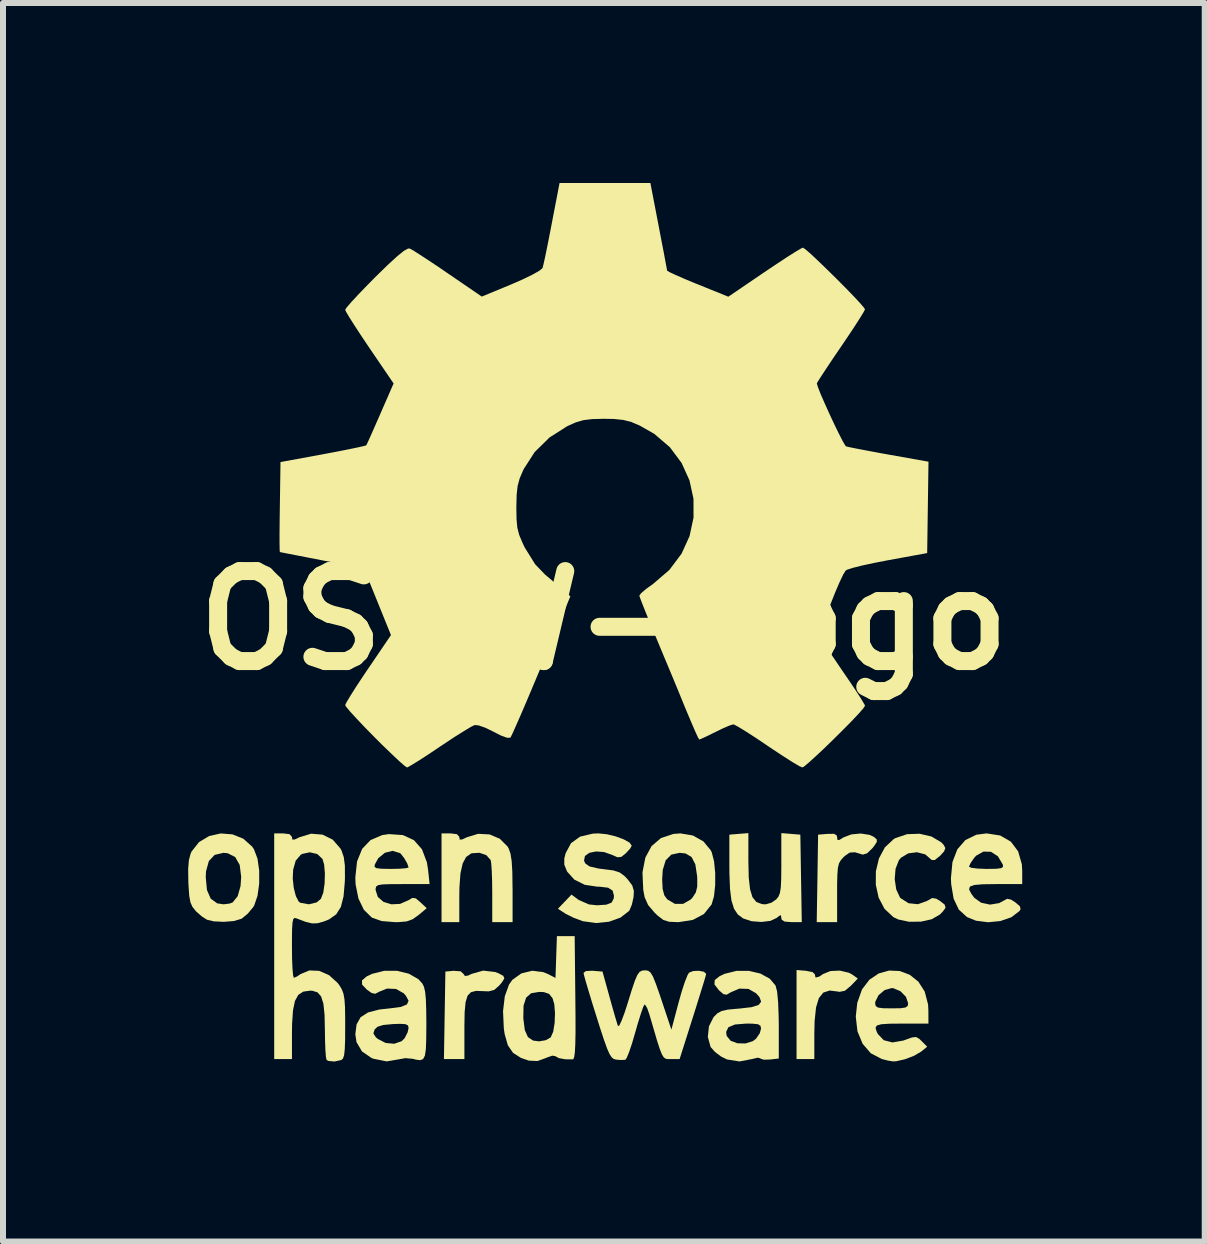
<source format=kicad_pcb>
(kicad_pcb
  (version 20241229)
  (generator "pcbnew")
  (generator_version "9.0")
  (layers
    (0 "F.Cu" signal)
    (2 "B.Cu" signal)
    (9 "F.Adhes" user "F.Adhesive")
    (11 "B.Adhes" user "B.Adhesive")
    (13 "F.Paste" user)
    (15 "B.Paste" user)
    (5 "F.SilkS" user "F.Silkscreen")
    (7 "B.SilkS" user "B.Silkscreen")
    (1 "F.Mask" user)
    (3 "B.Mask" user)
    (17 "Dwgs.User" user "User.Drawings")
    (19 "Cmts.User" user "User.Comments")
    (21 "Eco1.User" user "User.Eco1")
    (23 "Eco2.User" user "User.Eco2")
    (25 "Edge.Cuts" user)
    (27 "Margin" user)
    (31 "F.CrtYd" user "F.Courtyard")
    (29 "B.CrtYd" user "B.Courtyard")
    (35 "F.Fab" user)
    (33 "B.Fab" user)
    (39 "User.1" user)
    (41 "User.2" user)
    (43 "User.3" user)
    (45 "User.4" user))
  (footprint "OSHW-Logo"
    (layer "F.Cu")
    (at 7.014 7.29)
    (property "Reference" "OSHW-Logo" (at 0 0 0) (layer "F.SilkS") (effects (font (size 1.5 1.5) (thickness 0.3))))
    (attr board_only exclude_from_pos_files exclude_from_bom)
    (fp_poly (pts (xy 3.37 5.84) (xy 3.48 5.862) (xy 3.519 5.901) (xy 3.518 5.906) (xy 3.529 5.953) (xy 3.592 5.936) (xy 3.653 5.894) (xy 3.777 5.844) (xy 3.934 5.837) (xy 4.083 5.872) (xy 4.136 5.9) (xy 4.233 5.969) (xy 4.117 6.09) (xy 4.017 6.173) (xy 3.927 6.191) (xy 3.902 6.186) (xy 3.763 6.169) (xy 3.658 6.203) (xy 3.584 6.295) (xy 3.537 6.45) (xy 3.513 6.677) (xy 3.508 6.895) (xy 3.508 7.311) (xy 3.36 7.311) (xy 3.212 7.311) (xy 3.212 6.569) (xy 3.212 5.827)) (stroke (width 0) (type solid)) (fill yes) (layer "F.SilkS"))
    (fp_poly (pts (xy -1.812 5.86) (xy -1.756 5.881) (xy -1.676 5.924) (xy -1.658 5.967) (xy -1.7 6.035) (xy -1.746 6.088) (xy -1.827 6.159) (xy -1.92 6.183) (xy -2.012 6.179) (xy -2.131 6.175) (xy -2.215 6.197) (xy -2.271 6.255) (xy -2.304 6.362) (xy -2.32 6.529) (xy -2.324 6.767) (xy -2.324 6.807) (xy -2.324 7.311) (xy -2.495 7.311) (xy -2.665 7.311) (xy -2.653 6.582) (xy -2.641 5.853) (xy -2.504 5.84) (xy -2.386 5.849) (xy -2.342 5.889) (xy -2.315 5.927) (xy -2.261 5.919) (xy -2.205 5.892) (xy -2.012 5.837)) (stroke (width 0) (type solid)) (fill yes) (layer "F.SilkS"))
    (fp_poly (pts (xy 4.431 3.575) (xy 4.501 3.608) (xy 4.548 3.65) (xy 4.55 3.692) (xy 4.503 3.763) (xy 4.477 3.796) (xy 4.388 3.882) (xy 4.316 3.904) (xy 4.311 3.902) (xy 4.183 3.864) (xy 4.097 3.87) (xy 4.018 3.925) (xy 3.996 3.945) (xy 3.95 3.996) (xy 3.919 4.05) (xy 3.901 4.124) (xy 3.892 4.237) (xy 3.888 4.406) (xy 3.888 4.541) (xy 3.888 5.029) (xy 3.718 5.029) (xy 3.548 5.029) (xy 3.56 4.3) (xy 3.571 3.571) (xy 3.73 3.558) (xy 3.837 3.557) (xy 3.882 3.584) (xy 3.888 3.616) (xy 3.895 3.661) (xy 3.93 3.657) (xy 3.992 3.618) (xy 4.124 3.567) (xy 4.283 3.552)) (stroke (width 0) (type solid)) (fill yes) (layer "F.SilkS"))
    (fp_poly (pts (xy -2.448 3.563) (xy -2.409 3.607) (xy -2.409 3.615) (xy -2.401 3.654) (xy -2.36 3.651) (xy -2.284 3.615) (xy -2.095 3.557) (xy -1.905 3.567) (xy -1.734 3.639) (xy -1.606 3.767) (xy -1.586 3.802) (xy -1.556 3.886) (xy -1.536 4.012) (xy -1.525 4.194) (xy -1.522 4.445) (xy -1.521 4.478) (xy -1.521 5.029) (xy -1.691 5.029) (xy -1.86 5.029) (xy -1.86 4.547) (xy -1.862 4.347) (xy -1.868 4.175) (xy -1.877 4.049) (xy -1.886 3.994) (xy -1.957 3.914) (xy -2.073 3.873) (xy -2.199 3.881) (xy -2.214 3.886) (xy -2.296 3.944) (xy -2.353 4.052) (xy -2.39 4.219) (xy -2.407 4.455) (xy -2.409 4.613) (xy -2.409 5.029) (xy -2.557 5.029) (xy -2.705 5.029) (xy -2.705 4.29) (xy -2.705 3.55) (xy -2.557 3.55)) (stroke (width 0) (type solid)) (fill yes) (layer "F.SilkS"))
    (fp_poly (pts (xy 3.117 3.558) (xy 3.275 3.571) (xy 3.287 4.3) (xy 3.299 5.029) (xy 3.128 5.029) (xy 3.014 5.02) (xy 2.964 4.989) (xy 2.958 4.959) (xy 2.952 4.913) (xy 2.92 4.926) (xy 2.881 4.959) (xy 2.776 5.008) (xy 2.626 5.026) (xy 2.465 5.014) (xy 2.326 4.969) (xy 2.32 4.966) (xy 2.233 4.901) (xy 2.17 4.806) (xy 2.127 4.669) (xy 2.103 4.477) (xy 2.093 4.219) (xy 2.092 4.099) (xy 2.092 3.571) (xy 2.25 3.558) (xy 2.409 3.545) (xy 2.409 4.015) (xy 2.415 4.285) (xy 2.437 4.481) (xy 2.477 4.613) (xy 2.541 4.692) (xy 2.631 4.728) (xy 2.694 4.733) (xy 2.795 4.704) (xy 2.874 4.649) (xy 2.91 4.604) (xy 2.934 4.545) (xy 2.949 4.455) (xy 2.956 4.317) (xy 2.958 4.116) (xy 2.958 4.055) (xy 2.958 3.545)) (stroke (width 0) (type solid)) (fill yes) (layer "F.SilkS"))
    (fp_poly (pts (xy 5.461 3.602) (xy 5.623 3.698) (xy 5.663 3.74) (xy 5.692 3.794) (xy 5.671 3.85) (xy 5.606 3.922) (xy 5.516 3.994) (xy 5.464 3.993) (xy 5.461 3.99) (xy 5.357 3.9) (xy 5.218 3.864) (xy 5.073 3.883) (xy 4.952 3.956) (xy 4.917 3.998) (xy 4.862 4.14) (xy 4.848 4.313) (xy 4.873 4.483) (xy 4.934 4.615) (xy 4.947 4.63) (xy 5.079 4.714) (xy 5.235 4.73) (xy 5.387 4.676) (xy 5.399 4.668) (xy 5.474 4.627) (xy 5.539 4.638) (xy 5.599 4.673) (xy 5.68 4.736) (xy 5.696 4.789) (xy 5.645 4.858) (xy 5.598 4.904) (xy 5.464 4.981) (xy 5.284 5.021) (xy 5.088 5.023) (xy 4.908 4.985) (xy 4.826 4.946) (xy 4.678 4.807) (xy 4.58 4.621) (xy 4.533 4.406) (xy 4.534 4.183) (xy 4.585 3.968) (xy 4.684 3.783) (xy 4.831 3.645) (xy 4.861 3.628) (xy 5.054 3.563) (xy 5.263 3.556)) (stroke (width 0) (type solid)) (fill yes) (layer "F.SilkS"))
    (fp_poly (pts (xy 1.484 3.585) (xy 1.659 3.683) (xy 1.781 3.83) (xy 1.799 3.867) (xy 1.837 4.015) (xy 1.856 4.207) (xy 1.856 4.411) (xy 1.836 4.597) (xy 1.797 4.732) (xy 1.794 4.737) (xy 1.668 4.894) (xy 1.483 4.992) (xy 1.248 5.029) (xy 1.231 5.029) (xy 1.089 5.023) (xy 0.992 4.993) (xy 0.9 4.923) (xy 0.846 4.871) (xy 0.738 4.744) (xy 0.68 4.614) (xy 0.657 4.491) (xy 0.649 4.315) (xy 0.972 4.315) (xy 0.98 4.477) (xy 1.008 4.582) (xy 1.057 4.649) (xy 1.183 4.724) (xy 1.322 4.724) (xy 1.449 4.651) (xy 1.48 4.617) (xy 1.534 4.532) (xy 1.557 4.435) (xy 1.557 4.295) (xy 1.554 4.257) (xy 1.525 4.066) (xy 1.463 3.945) (xy 1.363 3.885) (xy 1.263 3.874) (xy 1.124 3.904) (xy 1.031 3.998) (xy 0.982 4.159) (xy 0.972 4.315) (xy 0.649 4.315) (xy 0.644 4.198) (xy 0.692 3.953) (xy 0.796 3.761) (xy 0.952 3.628) (xy 1.158 3.559) (xy 1.276 3.55)) (stroke (width 0) (type solid)) (fill yes) (layer "F.SilkS"))
    (fp_poly (pts (xy -6.19 3.566) (xy -6.008 3.639) (xy -5.861 3.771) (xy -5.831 3.816) (xy -5.773 3.968) (xy -5.744 4.168) (xy -5.744 4.385) (xy -5.772 4.59) (xy -5.827 4.751) (xy -5.844 4.779) (xy -5.933 4.886) (xy -6.029 4.966) (xy -6.045 4.975) (xy -6.169 5.011) (xy -6.335 5.024) (xy -6.501 5.016) (xy -6.614 4.989) (xy -6.7 4.934) (xy -6.797 4.849) (xy -6.804 4.84) (xy -6.857 4.774) (xy -6.89 4.699) (xy -6.91 4.593) (xy -6.921 4.432) (xy -6.925 4.355) (xy -6.926 4.276) (xy -6.635 4.276) (xy -6.615 4.493) (xy -6.552 4.638) (xy -6.444 4.716) (xy -6.339 4.732) (xy -6.239 4.72) (xy -6.187 4.701) (xy -6.103 4.597) (xy -6.055 4.429) (xy -6.044 4.276) (xy -6.069 4.076) (xy -6.144 3.944) (xy -6.269 3.881) (xy -6.339 3.874) (xy -6.486 3.908) (xy -6.583 4.011) (xy -6.63 4.181) (xy -6.635 4.276) (xy -6.926 4.276) (xy -6.928 4.146) (xy -6.916 3.998) (xy -6.888 3.89) (xy -6.87 3.85) (xy -6.746 3.694) (xy -6.578 3.594) (xy -6.386 3.551)) (stroke (width 0) (type solid)) (fill yes) (layer "F.SilkS"))
    (fp_poly (pts (xy -0.475 6.287) (xy -0.472 6.621) (xy -0.472 6.879) (xy -0.476 7.069) (xy -0.483 7.199) (xy -0.494 7.278) (xy -0.509 7.312) (xy -0.517 7.316) (xy -0.643 7.315) (xy -0.751 7.295) (xy -0.806 7.264) (xy -0.857 7.254) (xy -0.949 7.286) (xy -0.954 7.289) (xy -1.105 7.344) (xy -1.251 7.337) (xy -1.381 7.292) (xy -1.513 7.208) (xy -1.6 7.081) (xy -1.653 6.895) (xy -1.667 6.8) (xy -1.675 6.621) (xy -1.342 6.621) (xy -1.341 6.642) (xy -1.317 6.829) (xy -1.265 6.945) (xy -1.179 7.003) (xy -1.078 7.016) (xy -0.965 6.996) (xy -0.885 6.949) (xy -0.885 6.949) (xy -0.844 6.855) (xy -0.82 6.709) (xy -0.814 6.545) (xy -0.826 6.395) (xy -0.855 6.297) (xy -0.912 6.225) (xy -0.999 6.195) (xy -1.078 6.192) (xy -1.211 6.214) (xy -1.295 6.287) (xy -1.338 6.42) (xy -1.342 6.621) (xy -1.675 6.621) (xy -1.68 6.513) (xy -1.651 6.266) (xy -1.581 6.071) (xy -1.526 5.992) (xy -1.376 5.884) (xy -1.194 5.839) (xy -1.007 5.863) (xy -0.938 5.891) (xy -0.806 5.959) (xy -0.794 5.611) (xy -0.782 5.262) (xy -0.634 5.262) (xy -0.486 5.262)) (stroke (width 0) (type solid)) (fill yes) (layer "F.SilkS"))
    (fp_poly (pts (xy 6.606 3.585) (xy 6.783 3.687) (xy 6.905 3.849) (xy 6.967 4.065) (xy 6.973 4.173) (xy 6.973 4.395) (xy 6.53 4.395) (xy 6.314 4.398) (xy 6.173 4.41) (xy 6.101 4.437) (xy 6.087 4.483) (xy 6.124 4.555) (xy 6.173 4.622) (xy 6.287 4.705) (xy 6.437 4.737) (xy 6.588 4.712) (xy 6.658 4.674) (xy 6.723 4.64) (xy 6.788 4.654) (xy 6.858 4.699) (xy 6.934 4.764) (xy 6.946 4.814) (xy 6.925 4.846) (xy 6.791 4.948) (xy 6.608 5.011) (xy 6.403 5.031) (xy 6.202 5.005) (xy 6.052 4.944) (xy 5.916 4.82) (xy 5.83 4.639) (xy 5.789 4.395) (xy 5.785 4.297) (xy 5.803 4.105) (xy 6.086 4.105) (xy 6.125 4.123) (xy 6.226 4.136) (xy 6.37 4.142) (xy 6.38 4.142) (xy 6.534 4.14) (xy 6.62 4.13) (xy 6.653 4.109) (xy 6.65 4.071) (xy 6.649 4.068) (xy 6.567 3.931) (xy 6.453 3.857) (xy 6.327 3.853) (xy 6.206 3.921) (xy 6.173 3.957) (xy 6.113 4.044) (xy 6.086 4.103) (xy 6.086 4.105) (xy 5.803 4.105) (xy 5.81 4.029) (xy 5.892 3.815) (xy 6.026 3.661) (xy 6.209 3.572) (xy 6.38 3.55)) (stroke (width 0) (type solid)) (fill yes) (layer "F.SilkS"))
    (fp_poly (pts (xy 4.932 5.844) (xy 5.098 5.906) (xy 5.242 6.021) (xy 5.348 6.186) (xy 5.404 6.401) (xy 5.409 6.498) (xy 5.41 6.72) (xy 4.966 6.72) (xy 4.758 6.722) (xy 4.623 6.731) (xy 4.55 6.752) (xy 4.528 6.791) (xy 4.546 6.851) (xy 4.567 6.894) (xy 4.666 6.997) (xy 4.81 7.034) (xy 4.991 7.003) (xy 5.021 6.992) (xy 5.136 6.951) (xy 5.204 6.944) (xy 5.256 6.973) (xy 5.298 7.013) (xy 5.389 7.105) (xy 5.29 7.186) (xy 5.171 7.256) (xy 5.017 7.315) (xy 4.87 7.348) (xy 4.818 7.35) (xy 4.732 7.336) (xy 4.632 7.31) (xy 4.449 7.214) (xy 4.313 7.056) (xy 4.227 6.849) (xy 4.199 6.604) (xy 4.223 6.382) (xy 4.522 6.382) (xy 4.531 6.427) (xy 4.569 6.453) (xy 4.655 6.464) (xy 4.797 6.466) (xy 4.946 6.464) (xy 5.028 6.452) (xy 5.064 6.425) (xy 5.072 6.382) (xy 5.035 6.273) (xy 4.943 6.18) (xy 4.827 6.131) (xy 4.797 6.128) (xy 4.679 6.162) (xy 4.578 6.247) (xy 4.525 6.354) (xy 4.522 6.382) (xy 4.223 6.382) (xy 4.224 6.373) (xy 4.303 6.15) (xy 4.427 5.988) (xy 4.582 5.884) (xy 4.755 5.836)) (stroke (width 0) (type solid)) (fill yes) (layer "F.SilkS"))
    (fp_poly (pts (xy -3.349 3.578) (xy -3.165 3.663) (xy -3.031 3.815) (xy -2.949 4.032) (xy -2.929 4.16) (xy -2.904 4.395) (xy -3.354 4.395) (xy -3.553 4.396) (xy -3.682 4.4) (xy -3.757 4.411) (xy -3.793 4.433) (xy -3.803 4.467) (xy -3.804 4.494) (xy -3.767 4.609) (xy -3.673 4.691) (xy -3.541 4.732) (xy -3.396 4.725) (xy -3.261 4.666) (xy -3.19 4.625) (xy -3.134 4.633) (xy -3.058 4.697) (xy -3.058 4.697) (xy -2.952 4.797) (xy -3.091 4.913) (xy -3.187 4.981) (xy -3.286 5.017) (xy -3.422 5.029) (xy -3.485 5.029) (xy -3.704 5.011) (xy -3.862 4.955) (xy -3.871 4.949) (xy -3.999 4.824) (xy -4.09 4.636) (xy -4.137 4.401) (xy -4.142 4.287) (xy -4.123 4.107) (xy -3.822 4.107) (xy -3.792 4.129) (xy -3.71 4.139) (xy -3.562 4.142) (xy -3.549 4.142) (xy -3.403 4.139) (xy -3.298 4.13) (xy -3.254 4.119) (xy -3.254 4.118) (xy -3.277 4.05) (xy -3.329 3.96) (xy -3.385 3.889) (xy -3.398 3.878) (xy -3.521 3.841) (xy -3.649 3.873) (xy -3.759 3.963) (xy -3.817 4.068) (xy -3.822 4.107) (xy -4.123 4.107) (xy -4.113 4.017) (xy -4.028 3.808) (xy -3.888 3.661) (xy -3.694 3.578) (xy -3.582 3.562)) (stroke (width 0) (type solid)) (fill yes) (layer "F.SilkS"))
    (fp_poly (pts (xy 0.049 3.564) (xy 0.199 3.6) (xy 0.333 3.65) (xy 0.43 3.705) (xy 0.465 3.755) (xy 0.437 3.805) (xy 0.369 3.879) (xy 0.366 3.882) (xy 0.291 3.942) (xy 0.227 3.948) (xy 0.144 3.911) (xy 0.004 3.861) (xy -0.13 3.851) (xy -0.242 3.874) (xy -0.315 3.927) (xy -0.33 4.003) (xy -0.31 4.05) (xy -0.238 4.101) (xy -0.092 4.135) (xy 0.002 4.147) (xy 0.159 4.167) (xy 0.262 4.2) (xy 0.343 4.259) (xy 0.393 4.311) (xy 0.473 4.416) (xy 0.501 4.51) (xy 0.495 4.614) (xy 0.467 4.738) (xy 0.427 4.833) (xy 0.419 4.844) (xy 0.278 4.953) (xy 0.087 5.022) (xy -0.13 5.044) (xy -0.347 5.014) (xy -0.36 5.01) (xy -0.502 4.957) (xy -0.631 4.893) (xy -0.647 4.883) (xy -0.765 4.806) (xy -0.652 4.688) (xy -0.539 4.57) (xy -0.419 4.659) (xy -0.248 4.734) (xy -0.114 4.748) (xy 0.041 4.738) (xy 0.129 4.704) (xy 0.165 4.635) (xy 0.169 4.588) (xy 0.146 4.503) (xy 0.07 4.455) (xy -0.073 4.438) (xy -0.11 4.438) (xy -0.318 4.407) (xy -0.491 4.321) (xy -0.609 4.19) (xy -0.615 4.18) (xy -0.659 4.071) (xy -0.659 3.968) (xy -0.636 3.879) (xy -0.547 3.713) (xy -0.396 3.604) (xy -0.185 3.554) (xy -0.093 3.55)) (stroke (width 0) (type solid)) (fill yes) (layer "F.SilkS"))
    (fp_poly (pts (xy -3.449 5.84) (xy -3.251 5.888) (xy -3.092 5.979) (xy -3.027 6.049) (xy -2.998 6.106) (xy -2.978 6.192) (xy -2.966 6.319) (xy -2.96 6.504) (xy -2.958 6.726) (xy -2.96 6.971) (xy -2.966 7.143) (xy -2.982 7.253) (xy -3.012 7.311) (xy -3.061 7.33) (xy -3.132 7.321) (xy -3.183 7.307) (xy -3.31 7.296) (xy -3.408 7.314) (xy -3.619 7.35) (xy -3.84 7.306) (xy -3.872 7.293) (xy -4.031 7.184) (xy -4.122 7.029) (xy -4.142 6.898) (xy -4.14 6.884) (xy -3.841 6.884) (xy -3.801 6.946) (xy -3.767 6.976) (xy -3.636 7.043) (xy -3.494 7.056) (xy -3.371 7.014) (xy -3.32 6.964) (xy -3.27 6.865) (xy -3.254 6.793) (xy -3.264 6.751) (xy -3.307 6.729) (xy -3.401 6.724) (xy -3.514 6.728) (xy -3.675 6.743) (xy -3.771 6.772) (xy -3.82 6.818) (xy -3.841 6.884) (xy -4.14 6.884) (xy -4.121 6.733) (xy -4.054 6.614) (xy -3.93 6.534) (xy -3.74 6.485) (xy -3.572 6.467) (xy -3.386 6.443) (xy -3.282 6.401) (xy -3.254 6.339) (xy -3.301 6.254) (xy -3.336 6.215) (xy -3.463 6.143) (xy -3.613 6.136) (xy -3.744 6.189) (xy -3.81 6.223) (xy -3.871 6.21) (xy -3.951 6.153) (xy -4.029 6.07) (xy -4.031 6.001) (xy -3.955 5.935) (xy -3.863 5.891) (xy -3.661 5.84)) (stroke (width 0) (type solid)) (fill yes) (layer "F.SilkS"))
    (fp_poly (pts (xy 2.609 5.886) (xy 2.766 5.972) (xy 2.862 6.086) (xy 2.888 6.186) (xy 2.905 6.365) (xy 2.914 6.615) (xy 2.916 6.747) (xy 2.916 7.302) (xy 2.769 7.319) (xy 2.668 7.322) (xy 2.612 7.305) (xy 2.61 7.3) (xy 2.567 7.288) (xy 2.481 7.308) (xy 2.479 7.309) (xy 2.263 7.351) (xy 2.054 7.318) (xy 1.957 7.271) (xy 1.854 7.194) (xy 1.782 7.113) (xy 1.778 7.105) (xy 1.733 6.942) (xy 1.742 6.86) (xy 2.038 6.86) (xy 2.048 6.926) (xy 2.113 7.006) (xy 2.226 7.048) (xy 2.359 7.051) (xy 2.483 7.013) (xy 2.536 6.973) (xy 2.599 6.881) (xy 2.62 6.804) (xy 2.611 6.757) (xy 2.57 6.731) (xy 2.477 6.721) (xy 2.372 6.72) (xy 2.186 6.735) (xy 2.076 6.781) (xy 2.038 6.86) (xy 1.742 6.86) (xy 1.752 6.765) (xy 1.828 6.613) (xy 1.833 6.608) (xy 1.893 6.548) (xy 1.963 6.51) (xy 2.066 6.487) (xy 2.226 6.472) (xy 2.265 6.469) (xy 2.463 6.446) (xy 2.58 6.409) (xy 2.622 6.354) (xy 2.593 6.277) (xy 2.538 6.215) (xy 2.411 6.142) (xy 2.259 6.137) (xy 2.118 6.197) (xy 2.048 6.238) (xy 1.994 6.23) (xy 1.922 6.168) (xy 1.914 6.159) (xy 1.844 6.068) (xy 1.848 5.995) (xy 1.929 5.93) (xy 2.011 5.891) (xy 2.209 5.841) (xy 2.416 5.841)) (stroke (width 0) (type solid)) (fill yes) (layer "F.SilkS"))
    (fp_poly (pts (xy 0.741 5.84) (xy 0.779 5.87) (xy 0.819 5.937) (xy 0.866 6.053) (xy 0.929 6.231) (xy 0.961 6.327) (xy 1.126 6.821) (xy 1.246 6.369) (xy 1.299 6.181) (xy 1.351 6.023) (xy 1.395 5.913) (xy 1.42 5.871) (xy 1.49 5.844) (xy 1.584 5.84) (xy 1.667 5.856) (xy 1.705 5.89) (xy 1.705 5.896) (xy 1.691 5.948) (xy 1.655 6.067) (xy 1.602 6.238) (xy 1.537 6.447) (xy 1.481 6.625) (xy 1.263 7.311) (xy 1.121 7.311) (xy 1.07 7.312) (xy 1.031 7.306) (xy 0.998 7.282) (xy 0.967 7.231) (xy 0.931 7.14) (xy 0.886 7) (xy 0.827 6.799) (xy 0.758 6.563) (xy 0.721 6.459) (xy 0.687 6.405) (xy 0.677 6.403) (xy 0.654 6.448) (xy 0.616 6.558) (xy 0.567 6.715) (xy 0.524 6.865) (xy 0.471 7.047) (xy 0.421 7.195) (xy 0.381 7.292) (xy 0.359 7.323) (xy 0.288 7.327) (xy 0.209 7.321) (xy 0.167 7.311) (xy 0.132 7.284) (xy 0.096 7.229) (xy 0.054 7.135) (xy 0.002 6.99) (xy -0.066 6.783) (xy -0.119 6.615) (xy -0.191 6.385) (xy -0.253 6.181) (xy -0.301 6.019) (xy -0.331 5.911) (xy -0.338 5.875) (xy -0.3 5.845) (xy -0.196 5.839) (xy -0.18 5.84) (xy -0.022 5.853) (xy 0.095 6.276) (xy 0.146 6.459) (xy 0.191 6.616) (xy 0.224 6.725) (xy 0.236 6.762) (xy 0.258 6.751) (xy 0.296 6.671) (xy 0.347 6.535) (xy 0.397 6.38) (xy 0.465 6.16) (xy 0.516 6.009) (xy 0.557 5.913) (xy 0.594 5.86) (xy 0.635 5.837) (xy 0.686 5.832) (xy 0.696 5.832)) (stroke (width 0) (type solid)) (fill yes) (layer "F.SilkS"))
    (fp_poly (pts (xy -5.238 3.563) (xy -5.199 3.607) (xy -5.198 3.615) (xy -5.19 3.654) (xy -5.15 3.651) (xy -5.074 3.615) (xy -4.879 3.555) (xy -4.687 3.571) (xy -4.518 3.655) (xy -4.39 3.802) (xy -4.371 3.838) (xy -4.334 3.946) (xy -4.316 4.088) (xy -4.315 4.285) (xy -4.317 4.354) (xy -4.338 4.599) (xy -4.383 4.776) (xy -4.46 4.898) (xy -4.577 4.982) (xy -4.671 5.02) (xy -4.773 5.048) (xy -4.864 5.05) (xy -4.973 5.023) (xy -5.124 4.966) (xy -5.155 4.959) (xy -5.176 4.979) (xy -5.189 5.037) (xy -5.196 5.148) (xy -5.198 5.322) (xy -5.198 5.447) (xy -5.196 5.644) (xy -5.189 5.805) (xy -5.179 5.915) (xy -5.167 5.958) (xy -5.167 5.958) (xy -5.112 5.934) (xy -5.053 5.894) (xy -4.908 5.834) (xy -4.744 5.841) (xy -4.581 5.912) (xy -4.439 6.04) (xy -4.407 6.082) (xy -4.367 6.149) (xy -4.34 6.22) (xy -4.323 6.313) (xy -4.314 6.445) (xy -4.311 6.635) (xy -4.311 6.764) (xy -4.312 6.991) (xy -4.318 7.148) (xy -4.329 7.247) (xy -4.348 7.303) (xy -4.375 7.327) (xy -4.378 7.328) (xy -4.489 7.352) (xy -4.588 7.343) (xy -4.621 7.326) (xy -4.632 7.274) (xy -4.641 7.157) (xy -4.647 6.992) (xy -4.649 6.828) (xy -4.655 6.571) (xy -4.674 6.388) (xy -4.712 6.268) (xy -4.771 6.2) (xy -4.857 6.173) (xy -4.894 6.171) (xy -5.009 6.187) (xy -5.092 6.241) (xy -5.148 6.342) (xy -5.181 6.501) (xy -5.196 6.728) (xy -5.198 6.892) (xy -5.198 7.311) (xy -5.346 7.311) (xy -5.494 7.311) (xy -5.494 5.431) (xy -5.494 4.303) (xy -5.185 4.303) (xy -5.168 4.459) (xy -5.133 4.595) (xy -5.086 4.686) (xy -5.06 4.706) (xy -4.916 4.732) (xy -4.786 4.7) (xy -4.715 4.64) (xy -4.676 4.538) (xy -4.654 4.386) (xy -4.649 4.218) (xy -4.662 4.067) (xy -4.69 3.975) (xy -4.776 3.894) (xy -4.9 3.865) (xy -5.027 3.892) (xy -5.052 3.907) (xy -5.136 4.005) (xy -5.178 4.155) (xy -5.185 4.303) (xy -5.494 4.303) (xy -5.494 3.55) (xy -5.346 3.55)) (stroke (width 0) (type solid)) (fill yes) (layer "F.SilkS"))
    (fp_poly (pts (xy 0.914 -6.572) (xy 0.959 -6.336) (xy 0.999 -6.13) (xy 1.029 -5.968) (xy 1.049 -5.863) (xy 1.054 -5.83) (xy 1.092 -5.806) (xy 1.194 -5.758) (xy 1.345 -5.692) (xy 1.53 -5.615) (xy 1.566 -5.601) (xy 2.075 -5.395) (xy 2.676 -5.804) (xy 2.876 -5.938) (xy 3.052 -6.054) (xy 3.193 -6.143) (xy 3.286 -6.198) (xy 3.318 -6.213) (xy 3.361 -6.184) (xy 3.45 -6.107) (xy 3.572 -5.992) (xy 3.716 -5.853) (xy 3.87 -5.702) (xy 4.021 -5.55) (xy 4.157 -5.41) (xy 4.265 -5.294) (xy 4.334 -5.214) (xy 4.353 -5.184) (xy 4.33 -5.139) (xy 4.267 -5.036) (xy 4.172 -4.888) (xy 4.052 -4.708) (xy 3.952 -4.56) (xy 3.819 -4.365) (xy 3.705 -4.194) (xy 3.617 -4.06) (xy 3.563 -3.975) (xy 3.55 -3.95) (xy 3.567 -3.891) (xy 3.612 -3.776) (xy 3.678 -3.624) (xy 3.756 -3.451) (xy 3.837 -3.277) (xy 3.915 -3.117) (xy 3.98 -2.99) (xy 4.024 -2.915) (xy 4.036 -2.901) (xy 4.093 -2.887) (xy 4.218 -2.862) (xy 4.396 -2.828) (xy 4.61 -2.788) (xy 4.749 -2.763) (xy 5.411 -2.645) (xy 5.4 -1.883) (xy 5.389 -1.122) (xy 4.733 -1.002) (xy 4.506 -0.958) (xy 4.307 -0.915) (xy 4.151 -0.876) (xy 4.055 -0.845) (xy 4.032 -0.832) (xy 3.989 -0.763) (xy 3.929 -0.637) (xy 3.859 -0.474) (xy 3.786 -0.291) (xy 3.717 -0.107) (xy 3.66 0.06) (xy 3.62 0.19) (xy 3.606 0.267) (xy 3.608 0.275) (xy 3.64 0.332) (xy 3.711 0.445) (xy 3.813 0.599) (xy 3.935 0.779) (xy 3.993 0.865) (xy 4.119 1.049) (xy 4.226 1.21) (xy 4.305 1.335) (xy 4.348 1.409) (xy 4.353 1.423) (xy 4.324 1.467) (xy 4.246 1.556) (xy 4.13 1.679) (xy 3.989 1.822) (xy 3.835 1.975) (xy 3.681 2.125) (xy 3.538 2.259) (xy 3.42 2.366) (xy 3.339 2.434) (xy 3.308 2.451) (xy 3.257 2.428) (xy 3.151 2.366) (xy 3.002 2.271) (xy 2.824 2.154) (xy 2.732 2.092) (xy 2.545 1.966) (xy 2.381 1.86) (xy 2.253 1.781) (xy 2.174 1.738) (xy 2.158 1.733) (xy 2.098 1.751) (xy 1.988 1.798) (xy 1.86 1.86) (xy 1.73 1.924) (xy 1.633 1.969) (xy 1.591 1.986) (xy 1.569 1.95) (xy 1.522 1.848) (xy 1.457 1.697) (xy 1.378 1.51) (xy 1.352 1.448) (xy 1.253 1.205) (xy 1.134 0.917) (xy 1.008 0.616) (xy 0.89 0.332) (xy 0.862 0.265) (xy 0.772 0.047) (xy 0.694 -0.143) (xy 0.635 -0.293) (xy 0.599 -0.388) (xy 0.592 -0.415) (xy 0.624 -0.456) (xy 0.708 -0.527) (xy 0.822 -0.609) (xy 1.093 -0.842) (xy 1.295 -1.111) (xy 1.429 -1.405) (xy 1.495 -1.715) (xy 1.494 -2.028) (xy 1.427 -2.335) (xy 1.296 -2.624) (xy 1.101 -2.886) (xy 0.842 -3.108) (xy 0.599 -3.247) (xy 0.457 -3.307) (xy 0.324 -3.341) (xy 0.167 -3.357) (xy 0 -3.36) (xy -0.195 -3.355) (xy -0.338 -3.338) (xy -0.464 -3.302) (xy -0.605 -3.239) (xy -0.611 -3.236) (xy -0.905 -3.049) (xy -1.153 -2.805) (xy -1.336 -2.521) (xy -1.345 -2.502) (xy -1.403 -2.366) (xy -1.437 -2.24) (xy -1.453 -2.094) (xy -1.458 -1.897) (xy -1.458 -1.88) (xy -1.455 -1.686) (xy -1.442 -1.545) (xy -1.411 -1.425) (xy -1.356 -1.294) (xy -1.318 -1.214) (xy -1.145 -0.936) (xy -0.98 -0.764) (xy -0.851 -0.655) (xy -0.73 -0.552) (xy -0.67 -0.499) (xy -0.558 -0.401) (xy -1.04 0.759) (xy -1.163 1.053) (xy -1.277 1.323) (xy -1.377 1.557) (xy -1.46 1.746) (xy -1.52 1.88) (xy -1.554 1.949) (xy -1.559 1.956) (xy -1.613 1.956) (xy -1.717 1.918) (xy -1.834 1.858) (xy -1.97 1.791) (xy -2.087 1.75) (xy -2.152 1.744) (xy -2.214 1.774) (xy -2.33 1.844) (xy -2.487 1.942) (xy -2.668 2.062) (xy -2.737 2.108) (xy -2.919 2.23) (xy -3.078 2.333) (xy -3.2 2.408) (xy -3.27 2.448) (xy -3.281 2.451) (xy -3.322 2.423) (xy -3.412 2.344) (xy -3.539 2.224) (xy -3.694 2.075) (xy -3.815 1.954) (xy -3.98 1.786) (xy -4.122 1.636) (xy -4.231 1.517) (xy -4.296 1.438) (xy -4.311 1.412) (xy -4.288 1.363) (xy -4.225 1.258) (xy -4.131 1.109) (xy -4.012 0.929) (xy -3.929 0.806) (xy -3.548 0.245) (xy -3.773 -0.311) (xy -3.998 -0.866) (xy -4.693 -1.001) (xy -4.924 -1.046) (xy -5.124 -1.085) (xy -5.279 -1.115) (xy -5.375 -1.134) (xy -5.4 -1.139) (xy -5.403 -1.18) (xy -5.405 -1.291) (xy -5.405 -1.461) (xy -5.403 -1.674) (xy -5.4 -1.89) (xy -5.389 -2.639) (xy -4.682 -2.769) (xy -4.449 -2.813) (xy -4.246 -2.853) (xy -4.088 -2.886) (xy -3.988 -2.909) (xy -3.96 -2.918) (xy -3.938 -2.962) (xy -3.89 -3.068) (xy -3.822 -3.222) (xy -3.74 -3.408) (xy -3.725 -3.443) (xy -3.504 -3.949) (xy -3.908 -4.542) (xy -4.041 -4.74) (xy -4.155 -4.915) (xy -4.244 -5.055) (xy -4.298 -5.147) (xy -4.311 -5.178) (xy -4.282 -5.221) (xy -4.203 -5.312) (xy -4.084 -5.44) (xy -3.933 -5.596) (xy -3.808 -5.723) (xy -3.602 -5.924) (xy -3.446 -6.067) (xy -3.335 -6.157) (xy -3.264 -6.197) (xy -3.235 -6.198) (xy -3.177 -6.166) (xy -3.064 -6.094) (xy -2.908 -5.992) (xy -2.724 -5.869) (xy -2.6 -5.784) (xy -2.034 -5.397) (xy -1.541 -5.601) (xy -1.351 -5.684) (xy -1.191 -5.762) (xy -1.077 -5.826) (xy -1.024 -5.869) (xy -1.022 -5.872) (xy -1.006 -5.934) (xy -0.977 -6.064) (xy -0.94 -6.246) (xy -0.897 -6.464) (xy -0.868 -6.614) (xy -0.738 -7.29) (xy 0.019 -7.29) (xy 0.776 -7.29)) (stroke (width 0) (type solid)) (fill yes) (layer "F.SilkS")))
  (gr_rect
    (start -3 -3)
    (end 17.029 17.642)
    (stroke (width 0.1) (type default))
    (fill no)
    (layer "Edge.Cuts")))
</source>
